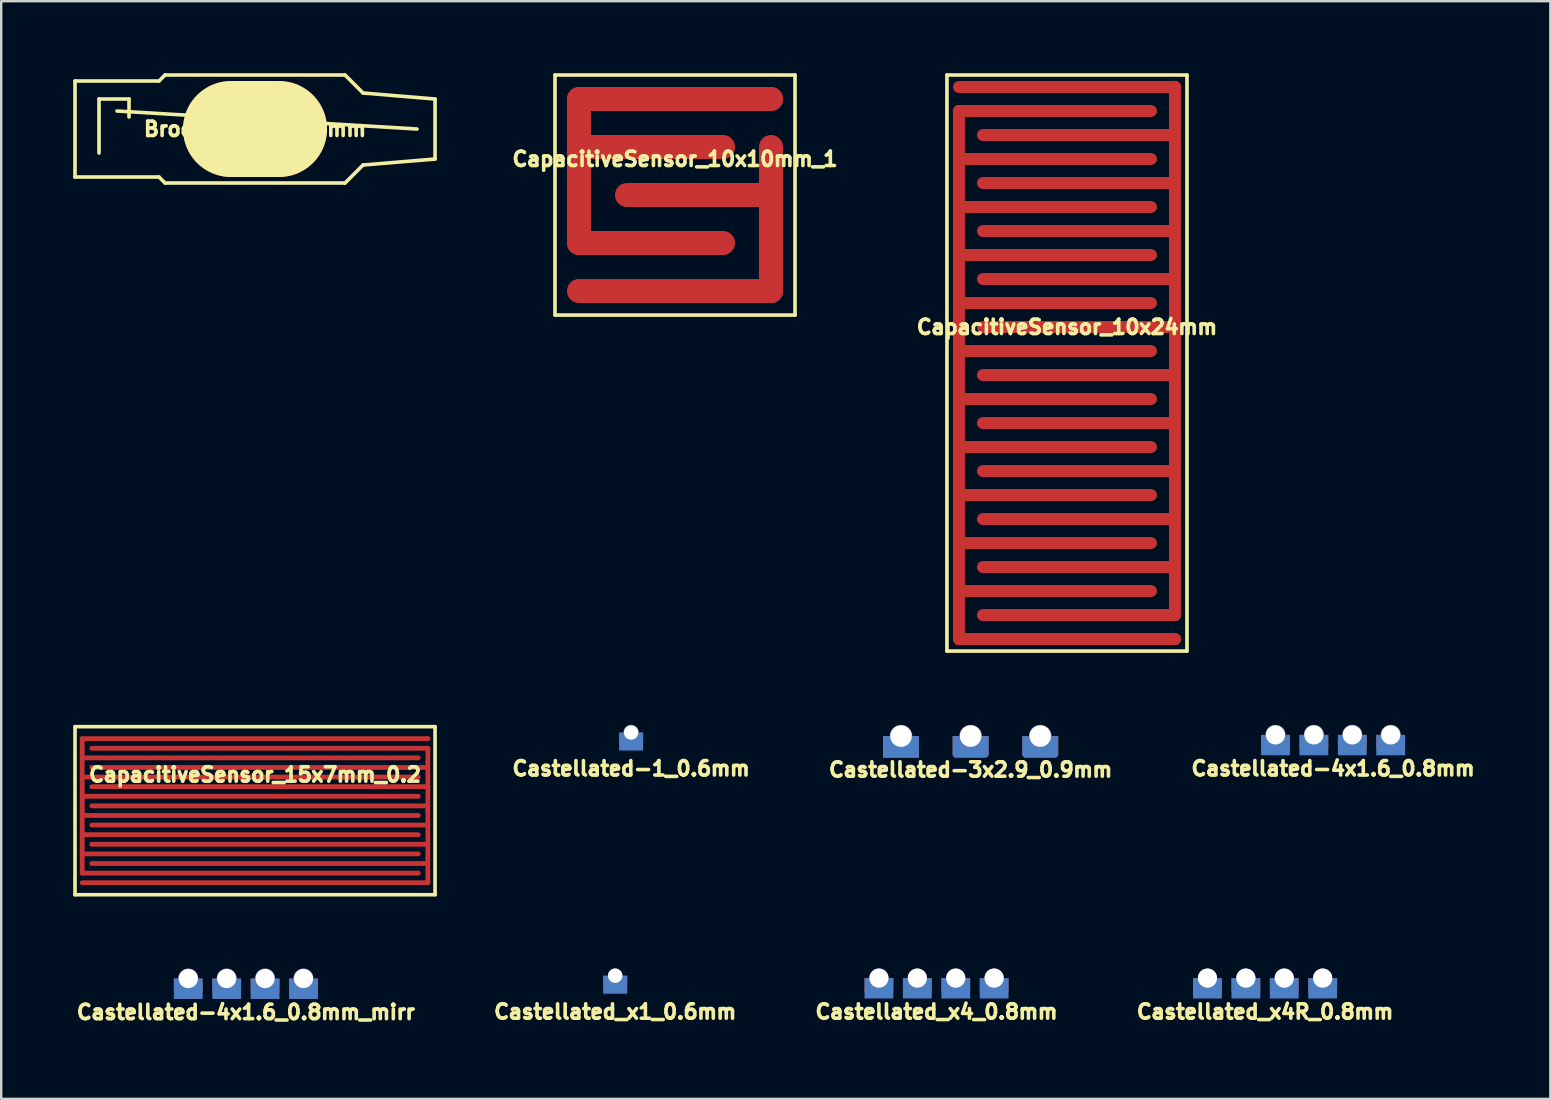
<source format=kicad_pcb>
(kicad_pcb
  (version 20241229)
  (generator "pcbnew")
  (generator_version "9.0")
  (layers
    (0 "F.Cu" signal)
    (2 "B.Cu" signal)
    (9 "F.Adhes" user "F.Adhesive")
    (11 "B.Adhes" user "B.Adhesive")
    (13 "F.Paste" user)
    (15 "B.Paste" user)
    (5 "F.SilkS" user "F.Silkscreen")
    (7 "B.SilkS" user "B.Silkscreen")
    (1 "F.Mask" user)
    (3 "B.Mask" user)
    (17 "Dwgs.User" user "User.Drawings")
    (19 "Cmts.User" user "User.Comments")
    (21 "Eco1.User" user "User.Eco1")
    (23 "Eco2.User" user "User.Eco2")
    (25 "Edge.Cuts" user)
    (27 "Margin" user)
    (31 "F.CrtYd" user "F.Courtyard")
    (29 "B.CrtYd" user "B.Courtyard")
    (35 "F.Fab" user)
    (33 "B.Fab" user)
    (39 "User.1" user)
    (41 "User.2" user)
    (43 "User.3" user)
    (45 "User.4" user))
  (footprint "Castellated-4x1.6_0.8mm_mirr"
    (layer "F.Cu")
    (at 7.194 37.718)
    (property "Reference" "Castellated-4x1.6_0.8mm_mirr" (at 0 1.4 0) (layer "F.SilkS") (effects (font (size 0.6 0.6) (thickness 0.15))))
    (attr exclude_from_pos_files exclude_from_bom)
    (pad "1" thru_hole circle (at 2.4 0) (size 0.835 0.835) (drill 0.8) (layers "*.Cu"))
    (pad "1" smd rect (at 2.4 0.275) (size 1.2 0.55) (layers "F.Cu" "F.Mask"))
    (pad "1" smd rect (at 2.4 0.425) (size 1.2 0.85) (layers "B.Cu" "B.Mask"))
    (pad "1" smd roundrect (at 2.4 0.55) (size 1.2 0.2) (layers "F.Cu" "F.Mask") (roundrect_rratio 0.5))
    (pad "2" thru_hole circle (at 0.8 0) (size 0.835 0.835) (drill 0.8) (layers "*.Cu"))
    (pad "2" smd rect (at 0.8 0.275) (size 1.2 0.55) (layers "F.Cu" "F.Mask"))
    (pad "2" smd rect (at 0.8 0.425) (size 1.2 0.85) (layers "B.Cu" "B.Mask"))
    (pad "2" smd roundrect (at 0.8 0.55) (size 1.2 0.2) (layers "F.Cu" "F.Mask") (roundrect_rratio 0.5))
    (pad "3" thru_hole circle (at -0.8 0) (size 0.835 0.835) (drill 0.8) (layers "*.Cu"))
    (pad "3" smd rect (at -0.8 0.275) (size 1.2 0.55) (layers "F.Cu" "F.Mask"))
    (pad "3" smd rect (at -0.8 0.425) (size 1.2 0.85) (layers "B.Cu" "B.Mask"))
    (pad "3" smd roundrect (at -0.8 0.55) (size 1.2 0.2) (layers "F.Cu" "F.Mask") (roundrect_rratio 0.5))
    (pad "4" thru_hole circle (at -2.4 0) (size 0.835 0.835) (drill 0.8) (layers "*.Cu"))
    (pad "4" smd rect (at -2.4 0.275) (size 1.2 0.55) (layers "F.Cu" "F.Mask"))
    (pad "4" smd rect (at -2.4 0.425) (size 1.2 0.85) (layers "B.Cu" "B.Mask"))
    (pad "4" smd roundrect (at -2.4 0.55) (size 1.2 0.2) (layers "F.Cu" "F.Mask") (roundrect_rratio 0.5)))
  (footprint "Castellated_x1_0.6mm"
    (layer "F.Cu")
    (at 22.581 37.6)
    (property "Reference" "Castellated_x1_0.6mm" (at 0 1.5 0) (layer "F.SilkS") (effects (font (size 0.6 0.6) (thickness 0.15))))
    (attr exclude_from_pos_files exclude_from_bom)
    (pad "1" thru_hole circle (at 0 0) (size 0.6 0.6) (drill 0.6) (layers "*.Cu"))
    (pad "1" smd rect (at 0 0.225) (size 1 0.45) (layers "F.Cu" "F.Mask"))
    (pad "1" smd rect (at 0 0.375) (size 1 0.75) (layers "B.Cu" "B.Mask"))
    (pad "1" smd roundrect (at 0 0.45) (size 1 0.2) (layers "F.Cu" "F.Mask") (roundrect_rratio 0.5)))
  (footprint "CapacitiveSensor_10x10mm_1"
    (layer "F.Cu")
    (at 25.072 5.075)
    (property "Reference" "CapacitiveSensor_10x10mm_1" (at 0 -1.5 0) (layer "F.SilkS") (effects (font (size 0.6 0.6) (thickness 0.15))))
    (attr exclude_from_pos_files exclude_from_bom)
    (fp_line (start -4 -4) (end 4 -4) (stroke (width 1) (type solid)) (layer "F.Cu"))
    (fp_line (start -4 -2) (end 2 -2) (stroke (width 1) (type solid)) (layer "F.Cu"))
    (fp_line (start -4 2) (end -4 -4) (stroke (width 1) (type solid)) (layer "F.Cu"))
    (fp_line (start -4 4) (end 4 4) (stroke (width 1) (type solid)) (layer "F.Cu"))
    (fp_line (start -2 0) (end 4 0) (stroke (width 1) (type solid)) (layer "F.Cu"))
    (fp_line (start 2 2) (end -4 2) (stroke (width 1) (type solid)) (layer "F.Cu"))
    (fp_line (start 4 4) (end 4 -2) (stroke (width 1) (type solid)) (layer "F.Cu"))
    (fp_line (start -5 -5) (end 5 -5) (stroke (width 0.15) (type solid)) (layer "F.SilkS"))
    (fp_line (start -5 5) (end -5 -5) (stroke (width 0.15) (type solid)) (layer "F.SilkS"))
    (fp_line (start 5 -5) (end 5 5) (stroke (width 0.15) (type solid)) (layer "F.SilkS"))
    (fp_line (start 5 5) (end -5 5) (stroke (width 0.15) (type solid)) (layer "F.SilkS"))
    (pad "1" smd circle (at 4 0) (size 1 1) (layers "F.Cu"))
    (pad "2" smd circle (at -4 0) (size 1 1) (layers "F.Cu"))
    (pad "2" smd circle (at 4 -4) (size 1 1) (layers "F.Cu")))
  (footprint "Castellated_x4_0.8mm"
    (layer "F.Cu")
    (at 35.968 37.7)
    (property "Reference" "Castellated_x4_0.8mm" (at 0 1.4 0) (layer "F.SilkS") (effects (font (size 0.6 0.6) (thickness 0.15))))
    (attr exclude_from_pos_files exclude_from_bom)
    (pad "1" thru_hole circle (at -2.4 0) (size 0.8 0.8) (drill 0.8) (layers "*.Cu"))
    (pad "1" smd rect (at -2.4 0.275) (size 1.2 0.55) (layers "F.Cu" "F.Mask"))
    (pad "1" smd rect (at -2.4 0.425) (size 1.2 0.85) (layers "B.Cu" "B.Mask"))
    (pad "1" smd roundrect (at -2.4 0.55) (size 1.2 0.2) (layers "F.Cu" "F.Mask") (roundrect_rratio 0.5))
    (pad "2" thru_hole circle (at -0.8 0) (size 0.8 0.8) (drill 0.8) (layers "*.Cu"))
    (pad "2" smd rect (at -0.8 0.275) (size 1.2 0.55) (layers "F.Cu" "F.Mask"))
    (pad "2" smd rect (at -0.8 0.425) (size 1.2 0.85) (layers "B.Cu" "B.Mask"))
    (pad "2" smd roundrect (at -0.8 0.55) (size 1.2 0.2) (layers "F.Cu" "F.Mask") (roundrect_rratio 0.5))
    (pad "3" thru_hole circle (at 0.8 0) (size 0.8 0.8) (drill 0.8) (layers "*.Cu"))
    (pad "3" smd rect (at 0.8 0.275) (size 1.2 0.55) (layers "F.Cu" "F.Mask"))
    (pad "3" smd rect (at 0.8 0.425) (size 1.2 0.85) (layers "B.Cu" "B.Mask"))
    (pad "3" smd roundrect (at 0.8 0.55) (size 1.2 0.2) (layers "F.Cu" "F.Mask") (roundrect_rratio 0.5))
    (pad "4" thru_hole circle (at 2.4 0) (size 0.8 0.8) (drill 0.8) (layers "*.Cu"))
    (pad "4" smd rect (at 2.4 0.275) (size 1.2 0.55) (layers "F.Cu" "F.Mask"))
    (pad "4" smd rect (at 2.4 0.425) (size 1.2 0.85) (layers "B.Cu" "B.Mask"))
    (pad "4" smd roundrect (at 2.4 0.55) (size 1.2 0.2) (layers "F.Cu" "F.Mask") (roundrect_rratio 0.5)))
  (footprint "BroochHolder_15mm"
    (layer "F.Cu")
    (at 7.575 2.325)
    (property "Reference" "BroochHolder_15mm" (at 0 0 0) (layer "F.SilkS") (effects (font (size 0.6 0.6) (thickness 0.15))))
    (attr exclude_from_pos_files exclude_from_bom)
    (fp_line (start -7.5 -2) (end -4 -2) (stroke (width 0.15) (type solid)) (layer "F.SilkS"))
    (fp_line (start -7.5 2) (end -7.5 -2) (stroke (width 0.15) (type solid)) (layer "F.SilkS"))
    (fp_line (start -7.5 2) (end -4 2) (stroke (width 0.15) (type solid)) (layer "F.SilkS"))
    (fp_line (start -6.5 1) (end -6.5 -1.25) (stroke (width 0.15) (type solid)) (layer "F.SilkS"))
    (fp_line (start -5.75 -0.75) (end 6.75 0) (stroke (width 0.15) (type solid)) (layer "F.SilkS"))
    (fp_line (start -5.25 -1.25) (end -6.5 -1.25) (stroke (width 0.15) (type solid)) (layer "F.SilkS"))
    (fp_line (start -5.25 -1.25) (end -5.25 -0.5) (stroke (width 0.15) (type solid)) (layer "F.SilkS"))
    (fp_line (start -4 -2) (end -3.75 -2.25) (stroke (width 0.15) (type solid)) (layer "F.SilkS"))
    (fp_line (start -4 2) (end -3.75 2.25) (stroke (width 0.15) (type solid)) (layer "F.SilkS"))
    (fp_line (start 3.75 -2.25) (end -3.75 -2.25) (stroke (width 0.15) (type solid)) (layer "F.SilkS"))
    (fp_line (start 3.75 -2.25) (end 4.5 -1.5) (stroke (width 0.15) (type solid)) (layer "F.SilkS"))
    (fp_line (start 3.75 2.25) (end -3.75 2.25) (stroke (width 0.15) (type solid)) (layer "F.SilkS"))
    (fp_line (start 3.75 2.25) (end 4.5 1.5) (stroke (width 0.15) (type solid)) (layer "F.SilkS"))
    (fp_line (start 4.5 -1.5) (end 7.5 -1.25) (stroke (width 0.15) (type solid)) (layer "F.SilkS"))
    (fp_line (start 4.5 1.5) (end 7.5 1.25) (stroke (width 0.15) (type solid)) (layer "F.SilkS"))
    (fp_line (start 7.5 1.25) (end 7.5 -1.25) (stroke (width 0.15) (type solid)) (layer "F.SilkS"))
    (pad "H" smd oval (at 0 0) (size 6 4) (layers "F.Cu" "F.SilkS")))
  (footprint "Castellated-4x1.6_0.8mm"
    (layer "F.Cu")
    (at 52.489 27.567)
    (property "Reference" "Castellated-4x1.6_0.8mm" (at 0 1.4 0) (layer "F.SilkS") (effects (font (size 0.6 0.6) (thickness 0.15))))
    (attr exclude_from_pos_files exclude_from_bom)
    (pad "1" thru_hole circle (at -2.4 0) (size 0.835 0.835) (drill 0.8) (layers "*.Cu"))
    (pad "1" smd rect (at -2.4 0.275) (size 1.2 0.55) (layers "F.Cu" "F.Mask"))
    (pad "1" smd rect (at -2.4 0.425) (size 1.2 0.85) (layers "B.Cu" "B.Mask"))
    (pad "1" smd roundrect (at -2.4 0.55) (size 1.2 0.2) (layers "F.Cu" "F.Mask") (roundrect_rratio 0.5))
    (pad "2" thru_hole circle (at -0.8 0) (size 0.835 0.835) (drill 0.8) (layers "*.Cu"))
    (pad "2" smd rect (at -0.8 0.275) (size 1.2 0.55) (layers "F.Cu" "F.Mask"))
    (pad "2" smd rect (at -0.8 0.425) (size 1.2 0.85) (layers "B.Cu" "B.Mask"))
    (pad "2" smd roundrect (at -0.8 0.55) (size 1.2 0.2) (layers "F.Cu" "F.Mask") (roundrect_rratio 0.5))
    (pad "3" thru_hole circle (at 0.8 0) (size 0.835 0.835) (drill 0.8) (layers "*.Cu"))
    (pad "3" smd rect (at 0.8 0.275) (size 1.2 0.55) (layers "F.Cu" "F.Mask"))
    (pad "3" smd rect (at 0.8 0.425) (size 1.2 0.85) (layers "B.Cu" "B.Mask"))
    (pad "3" smd roundrect (at 0.8 0.55) (size 1.2 0.2) (layers "F.Cu" "F.Mask") (roundrect_rratio 0.5))
    (pad "4" thru_hole circle (at 2.4 0) (size 0.835 0.835) (drill 0.8) (layers "*.Cu"))
    (pad "4" smd rect (at 2.4 0.275) (size 1.2 0.55) (layers "F.Cu" "F.Mask"))
    (pad "4" smd rect (at 2.4 0.425) (size 1.2 0.85) (layers "B.Cu" "B.Mask"))
    (pad "4" smd roundrect (at 2.4 0.55) (size 1.2 0.2) (layers "F.Cu" "F.Mask") (roundrect_rratio 0.5)))
  (footprint "Castellated-3x2.9_0.9mm"
    (layer "F.Cu")
    (at 37.388 27.617)
    (property "Reference" "Castellated-3x2.9_0.9mm" (at 0 1.4 0) (layer "F.SilkS") (effects (font (size 0.6 0.6) (thickness 0.15))))
    (attr exclude_from_pos_files exclude_from_bom)
    (pad "1" thru_hole circle (at -2.9 0) (size 0.935 0.935) (drill 0.9) (property pad_prop_castellated) (layers "*.Cu"))
    (pad "1" smd rect (at -2.9 0.45) (size 1.5 0.9) (layers "F.Cu" "F.Mask"))
    (pad "1" smd rect (at -2.9 0.45) (size 1.5 0.9) (layers "B.Cu" "B.Mask"))
    (pad "2" thru_hole circle (at 0 0) (size 0.935 0.935) (drill 0.9) (property pad_prop_castellated) (layers "*.Cu"))
    (pad "2" smd rect (at 0 0.375) (size 1.5 0.75) (layers "F.Cu" "F.Mask"))
    (pad "2" smd rect (at 0 0.375) (size 1.5 0.75) (layers "B.Cu" "B.Mask"))
    (pad "2" smd roundrect (at 0 0.75) (size 1.5 0.3) (layers "F.Cu" "F.Mask") (roundrect_rratio 0.5))
    (pad "2" smd roundrect (at 0 0.75) (size 1.5 0.3) (layers "B.Cu" "B.Mask") (roundrect_rratio 0.5))
    (pad "3" thru_hole circle (at 2.9 0) (size 0.935 0.935) (drill 0.9) (property pad_prop_castellated) (layers "*.Cu"))
    (pad "3" smd rect (at 2.9 0.375) (size 1.5 0.75) (layers "F.Cu" "F.Mask"))
    (pad "3" smd rect (at 2.9 0.375) (size 1.5 0.75) (layers "B.Cu" "B.Mask"))
    (pad "3" smd roundrect (at 2.9 0.75) (size 1.5 0.3) (layers "F.Cu" "F.Mask") (roundrect_rratio 0.5))
    (pad "3" smd roundrect (at 2.9 0.75) (size 1.5 0.3) (layers "B.Cu" "B.Mask") (roundrect_rratio 0.5)))
  (footprint "Castellated_x4R_0.8mm"
    (layer "F.Cu")
    (at 52.055 37.7)
    (property "Reference" "Castellated_x4R_0.8mm" (at -2.4 1.4 0) (layer "F.SilkS") (effects (font (size 0.6 0.6) (thickness 0.15))))
    (attr through_hole)
    (pad "1" thru_hole circle (at 0 0) (size 0.8 0.8) (drill 0.8) (layers "*.Cu"))
    (pad "1" smd rect (at 0 0.275) (size 1.2 0.55) (layers "F.Cu" "F.Mask"))
    (pad "1" smd rect (at 0 0.425) (size 1.2 0.85) (layers "B.Cu" "B.Mask"))
    (pad "1" smd roundrect (at 0 0.55) (size 1.2 0.2) (layers "F.Cu" "F.Mask") (roundrect_rratio 0.5))
    (pad "2" thru_hole circle (at -1.6 0) (size 0.8 0.8) (drill 0.8) (layers "*.Cu"))
    (pad "2" smd rect (at -1.6 0.275) (size 1.2 0.55) (layers "F.Cu" "F.Mask"))
    (pad "2" smd rect (at -1.6 0.425) (size 1.2 0.85) (layers "B.Cu" "B.Mask"))
    (pad "2" smd roundrect (at -1.6 0.55) (size 1.2 0.2) (layers "F.Cu" "F.Mask") (roundrect_rratio 0.5))
    (pad "3" thru_hole circle (at -3.2 0) (size 0.8 0.8) (drill 0.8) (layers "*.Cu"))
    (pad "3" smd rect (at -3.2 0.275) (size 1.2 0.55) (layers "F.Cu" "F.Mask"))
    (pad "3" smd rect (at -3.2 0.425) (size 1.2 0.85) (layers "B.Cu" "B.Mask"))
    (pad "3" smd roundrect (at -3.2 0.55) (size 1.2 0.2) (layers "F.Cu" "F.Mask") (roundrect_rratio 0.5))
    (pad "4" thru_hole circle (at -4.8 0) (size 0.8 0.8) (drill 0.8) (layers "*.Cu"))
    (pad "4" smd rect (at -4.8 0.275) (size 1.2 0.55) (layers "F.Cu" "F.Mask"))
    (pad "4" smd rect (at -4.8 0.425) (size 1.2 0.85) (layers "B.Cu" "B.Mask"))
    (pad "4" smd roundrect (at -4.8 0.55) (size 1.2 0.2) (layers "F.Cu" "F.Mask") (roundrect_rratio 0.5)))
  (footprint "Castellated-1_0.6mm"
    (layer "F.Cu")
    (at 23.244 27.468)
    (property "Reference" "Castellated-1_0.6mm" (at 0 1.5 0) (layer "F.SilkS") (effects (font (size 0.6 0.6) (thickness 0.15))))
    (attr exclude_from_pos_files exclude_from_bom)
    (pad "1" thru_hole circle (at 0 0) (size 0.635 0.635) (drill 0.6) (layers "*.Cu"))
    (pad "1" smd rect (at 0 0.225) (size 1 0.45) (layers "F.Cu" "F.Mask"))
    (pad "1" smd rect (at 0 0.375) (size 1 0.75) (layers "B.Cu" "B.Mask"))
    (pad "1" smd roundrect (at 0 0.45) (size 1 0.2) (layers "F.Cu" "F.Mask") (roundrect_rratio 0.5)))
  (footprint "CapacitiveSensor_10x24mm"
    (layer "F.Cu")
    (at 41.402 12.075)
    (property "Reference" "CapacitiveSensor_10x24mm" (at 0 -1.5 0) (layer "F.SilkS") (effects (font (size 0.6 0.6) (thickness 0.15))))
    (attr exclude_from_pos_files exclude_from_bom)
    (fp_line (start -4.5 -10.5) (end -4.5 11.5) (stroke (width 0.5) (type solid)) (layer "F.Cu"))
    (fp_line (start -4.5 -10.5) (end 3.5 -10.5) (stroke (width 0.5) (type solid)) (layer "F.Cu"))
    (fp_line (start -4.5 -2.5) (end 3.5 -2.5) (stroke (width 0.5) (type solid)) (layer "F.Cu"))
    (fp_line (start -4.5 1.5) (end 3.5 1.5) (stroke (width 0.5) (type solid)) (layer "F.Cu"))
    (fp_line (start -4.5 3.5) (end 3.5 3.5) (stroke (width 0.5) (type solid)) (layer "F.Cu"))
    (fp_line (start -4.5 7.5) (end 3.5 7.5) (stroke (width 0.5) (type solid)) (layer "F.Cu"))
    (fp_line (start -4.5 11.5) (end 4.5 11.5) (stroke (width 0.5) (type solid)) (layer "F.Cu"))
    (fp_line (start -3.5 -9.5) (end 4.5 -9.5) (stroke (width 0.5) (type solid)) (layer "F.Cu"))
    (fp_line (start -3.5 -7.5) (end 4.5 -7.5) (stroke (width 0.5) (type solid)) (layer "F.Cu"))
    (fp_line (start -3.5 -5.5) (end 4.5 -5.5) (stroke (width 0.5) (type solid)) (layer "F.Cu"))
    (fp_line (start -3.5 -1.5) (end 4.5 -1.5) (stroke (width 0.5) (type solid)) (layer "F.Cu"))
    (fp_line (start -3.5 2.5) (end 4.5 2.5) (stroke (width 0.5) (type solid)) (layer "F.Cu"))
    (fp_line (start -3.5 4.5) (end 4.5 4.5) (stroke (width 0.5) (type solid)) (layer "F.Cu"))
    (fp_line (start -3.5 6.5) (end 4.5 6.5) (stroke (width 0.5) (type solid)) (layer "F.Cu"))
    (fp_line (start 3.5 -8.5) (end -4.5 -8.5) (stroke (width 0.5) (type solid)) (layer "F.Cu"))
    (fp_line (start 3.5 -6.5) (end -4.5 -6.5) (stroke (width 0.5) (type solid)) (layer "F.Cu"))
    (fp_line (start 3.5 -4.5) (end -4.5 -4.5) (stroke (width 0.5) (type solid)) (layer "F.Cu"))
    (fp_line (start 3.5 -0.5) (end -4.5 -0.5) (stroke (width 0.5) (type solid)) (layer "F.Cu"))
    (fp_line (start 3.5 5.5) (end -4.5 5.5) (stroke (width 0.5) (type solid)) (layer "F.Cu"))
    (fp_line (start 3.5 9.5) (end -4.5 9.5) (stroke (width 0.5) (type solid)) (layer "F.Cu"))
    (fp_line (start 4.5 -11.5) (end -4.5 -11.5) (stroke (width 0.5) (type solid)) (layer "F.Cu"))
    (fp_line (start 4.5 -3.5) (end -3.5 -3.5) (stroke (width 0.5) (type solid)) (layer "F.Cu"))
    (fp_line (start 4.5 0.5) (end -3.5 0.5) (stroke (width 0.5) (type solid)) (layer "F.Cu"))
    (fp_line (start 4.5 4.5) (end 4.5 -3.5) (stroke (width 0.5) (type solid)) (layer "F.Cu"))
    (fp_line (start 4.5 8.5) (end -3.5 8.5) (stroke (width 0.5) (type solid)) (layer "F.Cu"))
    (fp_line (start 4.5 10.5) (end -3.5 10.5) (stroke (width 0.5) (type solid)) (layer "F.Cu"))
    (fp_line (start 4.5 10.5) (end 4.5 -11.5) (stroke (width 0.5) (type solid)) (layer "F.Cu"))
    (fp_line (start -5 -12) (end -5 12) (stroke (width 0.15) (type solid)) (layer "F.SilkS"))
    (fp_line (start -5 -12) (end 5 -12) (stroke (width 0.15) (type solid)) (layer "F.SilkS"))
    (fp_line (start 5 12) (end -5 12) (stroke (width 0.15) (type solid)) (layer "F.SilkS"))
    (fp_line (start 5 12) (end 5 -12) (stroke (width 0.15) (type solid)) (layer "F.SilkS"))
    (pad "1" smd circle (at 4.5 0) (size 0.5 0.5) (layers "F.Cu"))
    (pad "2" smd circle (at -4.5 0) (size 0.5 0.5) (layers "F.Cu"))
    (pad "2" smd circle (at 4.5 11.5) (size 0.5 0.5) (layers "F.Cu")))
  (footprint "CapacitiveSensor_15x7mm_0.2"
    (layer "F.Cu")
    (at 7.575 30.725)
    (property "Reference" "CapacitiveSensor_15x7mm_0.2" (at 0 -1.5 0) (layer "F.SilkS") (effects (font (size 0.6 0.6) (thickness 0.15))))
    (attr exclude_from_pos_files exclude_from_bom)
    (fp_line (start -7.2 -3) (end -7.2 2.6) (stroke (width 0.2) (type solid)) (layer "F.Cu"))
    (fp_line (start -7.2 -0.6) (end 6.8 -0.6) (stroke (width 0.2) (type solid)) (layer "F.Cu"))
    (fp_line (start -7.2 0.2) (end 6.8 0.2) (stroke (width 0.2) (type solid)) (layer "F.Cu"))
    (fp_line (start -7.2 1) (end 6.8 1) (stroke (width 0.2) (type solid)) (layer "F.Cu"))
    (fp_line (start -7.2 1.8) (end 6.8 1.8) (stroke (width 0.2) (type solid)) (layer "F.Cu"))
    (fp_line (start -7.2 2.6) (end 6.8 2.6) (stroke (width 0.2) (type solid)) (layer "F.Cu"))
    (fp_line (start -6.8 -2.6) (end 7.2 -2.6) (stroke (width 0.2) (type solid)) (layer "F.Cu"))
    (fp_line (start -6.8 -1.8) (end 7.2 -1.8) (stroke (width 0.2) (type solid)) (layer "F.Cu"))
    (fp_line (start -6.8 -1) (end 7.2 -1) (stroke (width 0.2) (type solid)) (layer "F.Cu"))
    (fp_line (start 6.8 -2.2) (end -7.2 -2.2) (stroke (width 0.2) (type solid)) (layer "F.Cu"))
    (fp_line (start 6.8 -1.4) (end -7.2 -1.4) (stroke (width 0.2) (type solid)) (layer "F.Cu"))
    (fp_line (start 7.2 -3) (end -7.2 -3) (stroke (width 0.2) (type solid)) (layer "F.Cu"))
    (fp_line (start 7.2 -2.6) (end 7.2 3) (stroke (width 0.2) (type solid)) (layer "F.Cu"))
    (fp_line (start 7.2 -0.2) (end -6.8 -0.2) (stroke (width 0.2) (type solid)) (layer "F.Cu"))
    (fp_line (start 7.2 0.6) (end -6.8 0.6) (stroke (width 0.2) (type solid)) (layer "F.Cu"))
    (fp_line (start 7.2 1.4) (end -6.8 1.4) (stroke (width 0.2) (type solid)) (layer "F.Cu"))
    (fp_line (start 7.2 2.2) (end -6.8 2.2) (stroke (width 0.2) (type solid)) (layer "F.Cu"))
    (fp_line (start 7.2 3) (end -7.2 3) (stroke (width 0.2) (type solid)) (layer "F.Cu"))
    (fp_line (start -7.5 -3.5) (end -7.5 3.5) (stroke (width 0.15) (type solid)) (layer "F.SilkS"))
    (fp_line (start -7.5 3.5) (end 7.5 3.5) (stroke (width 0.15) (type solid)) (layer "F.SilkS"))
    (fp_line (start 7.5 -3.5) (end -7.5 -3.5) (stroke (width 0.15) (type solid)) (layer "F.SilkS"))
    (fp_line (start 7.5 3.5) (end 7.5 -3.5) (stroke (width 0.15) (type solid)) (layer "F.SilkS"))
    (pad "1" smd circle (at 7.2 0) (size 0.2 0.2) (layers "F.Cu"))
    (pad "2" smd circle (at -7.2 0) (size 0.2 0.2) (layers "F.Cu"))
    (pad "2" smd circle (at 7.2 -3) (size 0.2 0.2) (layers "F.Cu")))
  (gr_rect
    (start -3 -3)
    (end 61.54 42.732)
    (stroke (width 0.1) (type default))
    (fill no)
    (layer "Edge.Cuts")))
</source>
